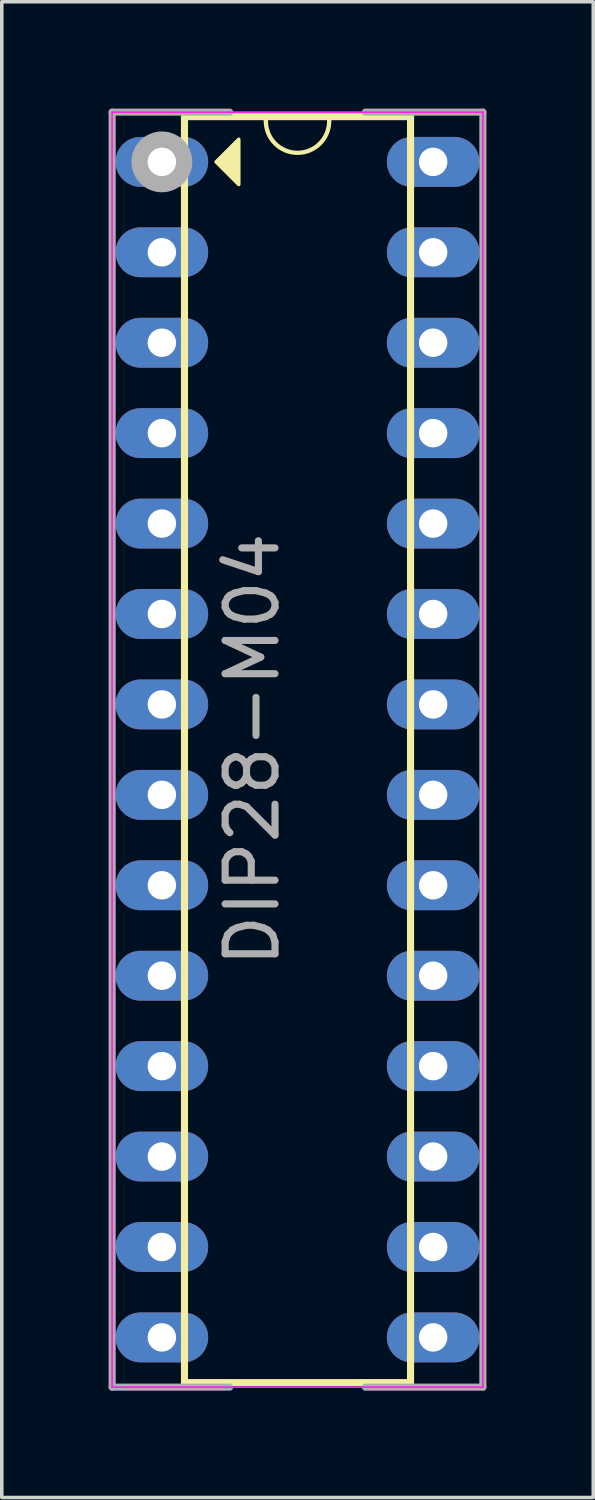
<source format=kicad_pcb>
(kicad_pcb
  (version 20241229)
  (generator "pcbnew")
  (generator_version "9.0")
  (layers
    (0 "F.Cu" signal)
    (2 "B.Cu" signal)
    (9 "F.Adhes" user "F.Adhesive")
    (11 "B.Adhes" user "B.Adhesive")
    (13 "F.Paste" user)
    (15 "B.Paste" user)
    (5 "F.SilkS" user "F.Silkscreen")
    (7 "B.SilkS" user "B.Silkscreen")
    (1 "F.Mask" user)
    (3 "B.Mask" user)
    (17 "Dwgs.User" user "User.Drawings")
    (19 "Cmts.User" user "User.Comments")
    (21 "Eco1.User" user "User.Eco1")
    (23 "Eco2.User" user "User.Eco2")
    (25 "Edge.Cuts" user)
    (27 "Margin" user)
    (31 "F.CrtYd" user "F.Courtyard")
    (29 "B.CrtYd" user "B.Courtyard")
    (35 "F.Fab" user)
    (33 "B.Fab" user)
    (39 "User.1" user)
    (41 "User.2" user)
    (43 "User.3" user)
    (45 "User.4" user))
  (footprint "DIP28-M04"
    (layer "F.Cu")
    (at 5.307 18.007)
    (property "Reference" "DIP28-M04" (at -1.27 0 90) (layer "F.Fab") (effects (font (size 1.4 1.4) (thickness 0.2))))
    (attr through_hole)
    (fp_line (start -3.175 -17.78) (end -3.175 17.78) (stroke (width 0.2) (type solid)) (layer "F.SilkS"))
    (fp_line (start -3.175 -17.78) (end 3.175 -17.78) (stroke (width 0.2) (type solid)) (layer "F.SilkS"))
    (fp_line (start -3.175 17.78) (end 3.175 17.78) (stroke (width 0.2) (type solid)) (layer "F.SilkS"))
    (fp_line (start -0.889 -17.653) (end -0.889 -17.78) (stroke (width 0.12) (type solid)) (layer "F.SilkS"))
    (fp_line (start 0.889 -17.653) (end 0.889 -17.78) (stroke (width 0.12) (type solid)) (layer "F.SilkS"))
    (fp_line (start 3.175 -17.78) (end 3.175 17.78) (stroke (width 0.2) (type solid)) (layer "F.SilkS"))
    (fp_arc (start 0.889 -17.653) (mid 0 -16.764) (end -0.889 -17.653) (stroke (width 0.12) (type solid)) (layer "F.SilkS"))
    (fp_poly (pts (xy -1.651 -15.875) (xy -2.286 -16.51) (xy -1.651 -17.145)) (stroke (width 0.1) (type solid)) (fill yes) (layer "F.SilkS"))
    (fp_line (start -5.207 -17.907) (end -5.207 17.907) (stroke (width 0.05) (type solid)) (layer "F.CrtYd"))
    (fp_line (start -5.207 17.907) (end 5.207 17.907) (stroke (width 0.05) (type solid)) (layer "F.CrtYd"))
    (fp_line (start 5.207 -17.907) (end -5.207 -17.907) (stroke (width 0.05) (type solid)) (layer "F.CrtYd"))
    (fp_line (start 5.207 17.907) (end 5.207 -17.907) (stroke (width 0.05) (type solid)) (layer "F.CrtYd"))
    (fp_line (start -5.207 17.907) (end -5.207 -17.907) (stroke (width 0.2) (type solid)) (layer "F.Fab"))
    (fp_line (start -1.905 -17.907) (end -5.207 -17.907) (stroke (width 0.2) (type solid)) (layer "F.Fab"))
    (fp_line (start -1.905 17.907) (end -5.207 17.907) (stroke (width 0.2) (type solid)) (layer "F.Fab"))
    (fp_line (start 5.207 -17.907) (end 1.905 -17.907) (stroke (width 0.2) (type solid)) (layer "F.Fab"))
    (fp_line (start 5.207 17.907) (end 1.905 17.907) (stroke (width 0.2) (type solid)) (layer "F.Fab"))
    (fp_line (start 5.207 17.907) (end 5.207 -17.907) (stroke (width 0.2) (type solid)) (layer "F.Fab"))
    (fp_circle (center -3.81 -16.51) (end -3.556 -16.51) (stroke (width 0.6) (type solid)) (fill no) (layer "F.Fab"))
    (pad "1" thru_hole oval (at -3.81 -16.51) (size 2.6 1.4) (drill 0.8) (layers "*.Cu" "*.Mask"))
    (pad "2" thru_hole oval (at -3.81 -13.97) (size 2.6 1.4) (drill 0.8) (layers "*.Cu" "*.Mask"))
    (pad "3" thru_hole oval (at -3.81 -11.43) (size 2.6 1.4) (drill 0.8) (layers "*.Cu" "*.Mask"))
    (pad "4" thru_hole oval (at -3.81 -8.89) (size 2.6 1.4) (drill 0.8) (layers "*.Cu" "*.Mask"))
    (pad "5" thru_hole oval (at -3.81 -6.35) (size 2.6 1.4) (drill 0.8) (layers "*.Cu" "*.Mask"))
    (pad "6" thru_hole oval (at -3.81 -3.81) (size 2.6 1.4) (drill 0.8) (layers "*.Cu" "*.Mask"))
    (pad "7" thru_hole oval (at -3.81 -1.27) (size 2.6 1.4) (drill 0.8) (layers "*.Cu" "*.Mask"))
    (pad "8" thru_hole oval (at -3.81 1.27) (size 2.6 1.4) (drill 0.8) (layers "*.Cu" "*.Mask"))
    (pad "9" thru_hole oval (at -3.81 3.81) (size 2.6 1.4) (drill 0.8) (layers "*.Cu" "*.Mask"))
    (pad "10" thru_hole oval (at -3.81 6.35) (size 2.6 1.4) (drill 0.8) (layers "*.Cu" "*.Mask"))
    (pad "11" thru_hole oval (at -3.81 8.89) (size 2.6 1.4) (drill 0.8) (layers "*.Cu" "*.Mask"))
    (pad "12" thru_hole oval (at -3.81 11.43) (size 2.6 1.4) (drill 0.8) (layers "*.Cu" "*.Mask"))
    (pad "13" thru_hole oval (at -3.81 13.97) (size 2.6 1.4) (drill 0.8) (layers "*.Cu" "*.Mask"))
    (pad "14" thru_hole oval (at -3.81 16.51) (size 2.6 1.4) (drill 0.8) (layers "*.Cu" "*.Mask"))
    (pad "15" thru_hole oval (at 3.81 16.51) (size 2.6 1.4) (drill 0.8) (layers "*.Cu" "*.Mask"))
    (pad "16" thru_hole oval (at 3.81 13.97) (size 2.6 1.4) (drill 0.8) (layers "*.Cu" "*.Mask"))
    (pad "17" thru_hole oval (at 3.81 11.43) (size 2.6 1.4) (drill 0.8) (layers "*.Cu" "*.Mask"))
    (pad "18" thru_hole oval (at 3.81 8.89) (size 2.6 1.4) (drill 0.8) (layers "*.Cu" "*.Mask"))
    (pad "19" thru_hole oval (at 3.81 6.35) (size 2.6 1.4) (drill 0.8) (layers "*.Cu" "*.Mask"))
    (pad "20" thru_hole oval (at 3.81 3.81) (size 2.6 1.4) (drill 0.8) (layers "*.Cu" "*.Mask"))
    (pad "21" thru_hole oval (at 3.81 1.27) (size 2.6 1.4) (drill 0.8) (layers "*.Cu" "*.Mask"))
    (pad "22" thru_hole oval (at 3.81 -1.27) (size 2.6 1.4) (drill 0.8) (layers "*.Cu" "*.Mask"))
    (pad "23" thru_hole oval (at 3.81 -3.81) (size 2.6 1.4) (drill 0.8) (layers "*.Cu" "*.Mask"))
    (pad "24" thru_hole oval (at 3.81 -6.35) (size 2.6 1.4) (drill 0.8) (layers "*.Cu" "*.Mask"))
    (pad "25" thru_hole oval (at 3.81 -8.89) (size 2.6 1.4) (drill 0.8) (layers "*.Cu" "*.Mask"))
    (pad "26" thru_hole oval (at 3.81 -11.43) (size 2.6 1.4) (drill 0.8) (layers "*.Cu" "*.Mask"))
    (pad "27" thru_hole oval (at 3.81 -13.97) (size 2.6 1.4) (drill 0.8) (layers "*.Cu" "*.Mask"))
    (pad "28" thru_hole oval (at 3.81 -16.51) (size 2.6 1.4) (drill 0.8) (layers "*.Cu" "*.Mask")))
  (gr_rect
    (start -3 -3)
    (end 13.614 39.014)
    (stroke (width 0.1) (type default))
    (fill no)
    (layer "Edge.Cuts")))
</source>
